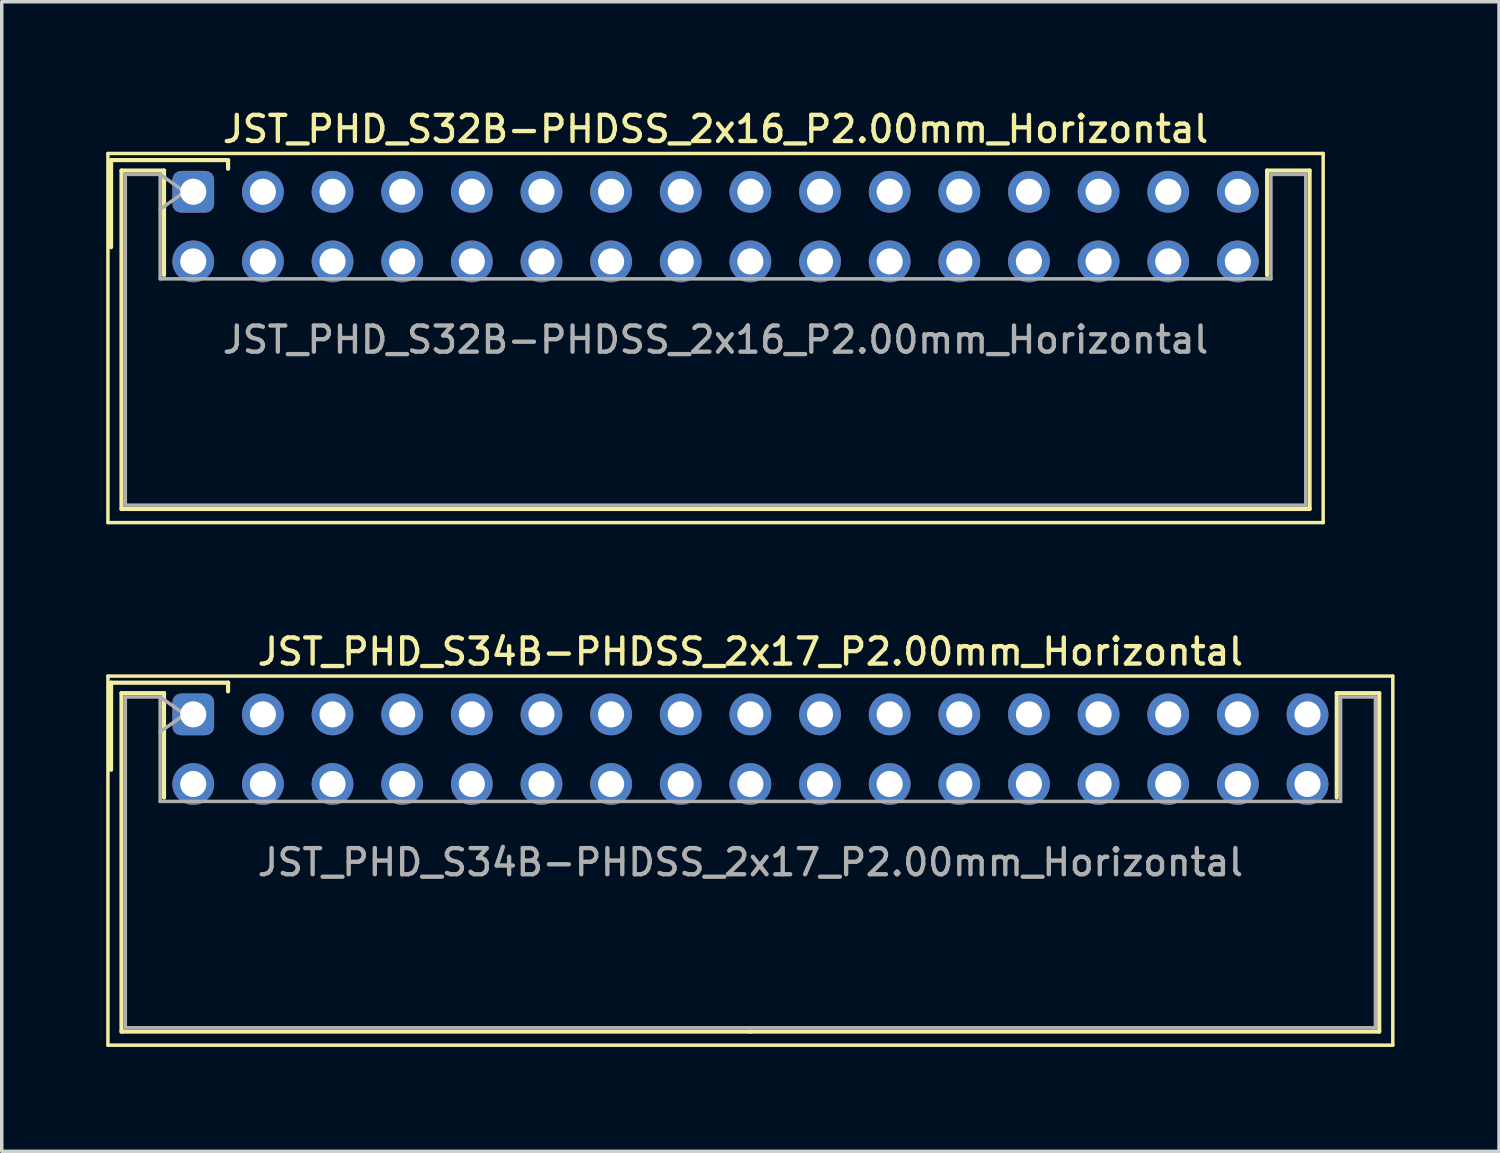
<source format=kicad_pcb>
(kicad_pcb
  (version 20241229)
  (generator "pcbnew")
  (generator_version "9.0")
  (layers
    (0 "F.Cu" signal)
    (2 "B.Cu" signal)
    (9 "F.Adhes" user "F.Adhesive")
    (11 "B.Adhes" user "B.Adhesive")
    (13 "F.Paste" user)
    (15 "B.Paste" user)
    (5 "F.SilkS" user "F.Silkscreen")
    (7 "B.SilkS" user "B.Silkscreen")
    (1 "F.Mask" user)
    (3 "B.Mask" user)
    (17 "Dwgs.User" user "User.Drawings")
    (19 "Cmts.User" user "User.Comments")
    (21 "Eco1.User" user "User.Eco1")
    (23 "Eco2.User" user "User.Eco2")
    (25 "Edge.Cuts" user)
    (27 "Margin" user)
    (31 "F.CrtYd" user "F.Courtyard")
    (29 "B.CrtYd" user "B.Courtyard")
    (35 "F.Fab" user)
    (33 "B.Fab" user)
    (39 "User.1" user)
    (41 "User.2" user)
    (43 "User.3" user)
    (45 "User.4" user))
  (footprint "JST_PHD_S32B-PHDSS_2x16_P2.00mm_Horizontal"
    (layer "F.Cu")
    (at 2.5 2.458)
    (property "Reference" "JST_PHD_S32B-PHDSS_2x16_P2.00mm_Horizontal" (at 15 -1.8 0) (layer "F.SilkS") (effects (font (size 0.75 0.75) (thickness 0.125))))
    (attr through_hole)
    (fp_line (start -2.45 -1.1) (end -2.45 9.5) (stroke (width 0.1) (type solid)) (layer "F.SilkS"))
    (fp_line (start -2.45 9.5) (end 32.45 9.5) (stroke (width 0.1) (type solid)) (layer "F.SilkS"))
    (fp_line (start -2.36 -0.91) (end -2.36 1.59) (stroke (width 0.12) (type solid)) (layer "F.SilkS"))
    (fp_line (start -2.06 -0.61) (end -2.06 9.11) (stroke (width 0.12) (type solid)) (layer "F.SilkS"))
    (fp_line (start -2.06 9.11) (end 15 9.11) (stroke (width 0.12) (type solid)) (layer "F.SilkS"))
    (fp_line (start -0.84 -0.61) (end -2.06 -0.61) (stroke (width 0.12) (type solid)) (layer "F.SilkS"))
    (fp_line (start -0.84 2.39) (end -0.84 -0.61) (stroke (width 0.12) (type solid)) (layer "F.SilkS"))
    (fp_line (start 1 -0.91) (end -2.36 -0.91) (stroke (width 0.12) (type solid)) (layer "F.SilkS"))
    (fp_line (start 1 -0.66) (end 1 -0.91) (stroke (width 0.12) (type solid)) (layer "F.SilkS"))
    (fp_line (start 30.84 -0.61) (end 32.06 -0.61) (stroke (width 0.12) (type solid)) (layer "F.SilkS"))
    (fp_line (start 30.84 2.39) (end 30.84 -0.61) (stroke (width 0.12) (type solid)) (layer "F.SilkS"))
    (fp_line (start 32.06 -0.61) (end 32.06 9.11) (stroke (width 0.12) (type solid)) (layer "F.SilkS"))
    (fp_line (start 32.06 9.11) (end 15 9.11) (stroke (width 0.12) (type solid)) (layer "F.SilkS"))
    (fp_line (start 32.45 -1.1) (end -2.45 -1.1) (stroke (width 0.1) (type solid)) (layer "F.SilkS"))
    (fp_line (start 32.45 9.5) (end 32.45 -1.1) (stroke (width 0.1) (type solid)) (layer "F.SilkS"))
    (fp_line (start -1.95 -0.5) (end -0.95 -0.5) (stroke (width 0.1) (type solid)) (layer "F.Fab"))
    (fp_line (start -1.95 9) (end -1.95 -0.5) (stroke (width 0.1) (type solid)) (layer "F.Fab"))
    (fp_line (start -0.95 -0.5) (end -0.95 2.5) (stroke (width 0.1) (type solid)) (layer "F.Fab"))
    (fp_line (start -0.95 -0.5) (end -0.243 0) (stroke (width 0.1) (type solid)) (layer "F.Fab"))
    (fp_line (start -0.95 2.5) (end 30.95 2.5) (stroke (width 0.1) (type solid)) (layer "F.Fab"))
    (fp_line (start -0.243 0) (end -0.95 0.5) (stroke (width 0.1) (type solid)) (layer "F.Fab"))
    (fp_line (start 30.95 -0.5) (end 31.95 -0.5) (stroke (width 0.1) (type solid)) (layer "F.Fab"))
    (fp_line (start 30.95 2.5) (end 30.95 -0.5) (stroke (width 0.1) (type solid)) (layer "F.Fab"))
    (fp_line (start 31.95 -0.5) (end 31.95 9) (stroke (width 0.1) (type solid)) (layer "F.Fab"))
    (fp_line (start 31.95 9) (end -1.95 9) (stroke (width 0.1) (type solid)) (layer "F.Fab"))
    (fp_text user "${REFERENCE}" (at 15 4.25 0) (layer "F.Fab") (effects (font (size 0.75 0.75) (thickness 0.125))))
    (pad "1" thru_hole roundrect (at 0 0) (size 1.2 1.2) (drill 0.75) (layers "*.Cu" "*.Mask") (roundrect_rratio 0.208))
    (pad "2" thru_hole circle (at 0 2) (size 1.2 1.2) (drill 0.75) (layers "*.Cu" "*.Mask"))
    (pad "3" thru_hole circle (at 2 0) (size 1.2 1.2) (drill 0.75) (layers "*.Cu" "*.Mask"))
    (pad "4" thru_hole circle (at 2 2) (size 1.2 1.2) (drill 0.75) (layers "*.Cu" "*.Mask"))
    (pad "5" thru_hole circle (at 4 0) (size 1.2 1.2) (drill 0.75) (layers "*.Cu" "*.Mask"))
    (pad "6" thru_hole circle (at 4 2) (size 1.2 1.2) (drill 0.75) (layers "*.Cu" "*.Mask"))
    (pad "7" thru_hole circle (at 6 0) (size 1.2 1.2) (drill 0.75) (layers "*.Cu" "*.Mask"))
    (pad "8" thru_hole circle (at 6 2) (size 1.2 1.2) (drill 0.75) (layers "*.Cu" "*.Mask"))
    (pad "9" thru_hole circle (at 8 0) (size 1.2 1.2) (drill 0.75) (layers "*.Cu" "*.Mask"))
    (pad "10" thru_hole circle (at 8 2) (size 1.2 1.2) (drill 0.75) (layers "*.Cu" "*.Mask"))
    (pad "11" thru_hole circle (at 10 0) (size 1.2 1.2) (drill 0.75) (layers "*.Cu" "*.Mask"))
    (pad "12" thru_hole circle (at 10 2) (size 1.2 1.2) (drill 0.75) (layers "*.Cu" "*.Mask"))
    (pad "13" thru_hole circle (at 12 0) (size 1.2 1.2) (drill 0.75) (layers "*.Cu" "*.Mask"))
    (pad "14" thru_hole circle (at 12 2) (size 1.2 1.2) (drill 0.75) (layers "*.Cu" "*.Mask"))
    (pad "15" thru_hole circle (at 14 0) (size 1.2 1.2) (drill 0.75) (layers "*.Cu" "*.Mask"))
    (pad "16" thru_hole circle (at 14 2) (size 1.2 1.2) (drill 0.75) (layers "*.Cu" "*.Mask"))
    (pad "17" thru_hole circle (at 16 0) (size 1.2 1.2) (drill 0.75) (layers "*.Cu" "*.Mask"))
    (pad "18" thru_hole circle (at 16 2) (size 1.2 1.2) (drill 0.75) (layers "*.Cu" "*.Mask"))
    (pad "19" thru_hole circle (at 18 0) (size 1.2 1.2) (drill 0.75) (layers "*.Cu" "*.Mask"))
    (pad "20" thru_hole circle (at 18 2) (size 1.2 1.2) (drill 0.75) (layers "*.Cu" "*.Mask"))
    (pad "21" thru_hole circle (at 20 0) (size 1.2 1.2) (drill 0.75) (layers "*.Cu" "*.Mask"))
    (pad "22" thru_hole circle (at 20 2) (size 1.2 1.2) (drill 0.75) (layers "*.Cu" "*.Mask"))
    (pad "23" thru_hole circle (at 22 0) (size 1.2 1.2) (drill 0.75) (layers "*.Cu" "*.Mask"))
    (pad "24" thru_hole circle (at 22 2) (size 1.2 1.2) (drill 0.75) (layers "*.Cu" "*.Mask"))
    (pad "25" thru_hole circle (at 24 0) (size 1.2 1.2) (drill 0.75) (layers "*.Cu" "*.Mask"))
    (pad "26" thru_hole circle (at 24 2) (size 1.2 1.2) (drill 0.75) (layers "*.Cu" "*.Mask"))
    (pad "27" thru_hole circle (at 26 0) (size 1.2 1.2) (drill 0.75) (layers "*.Cu" "*.Mask"))
    (pad "28" thru_hole circle (at 26 2) (size 1.2 1.2) (drill 0.75) (layers "*.Cu" "*.Mask"))
    (pad "29" thru_hole circle (at 28 0) (size 1.2 1.2) (drill 0.75) (layers "*.Cu" "*.Mask"))
    (pad "30" thru_hole circle (at 28 2) (size 1.2 1.2) (drill 0.75) (layers "*.Cu" "*.Mask"))
    (pad "31" thru_hole circle (at 30 0) (size 1.2 1.2) (drill 0.75) (layers "*.Cu" "*.Mask"))
    (pad "32" thru_hole circle (at 30 2) (size 1.2 1.2) (drill 0.75) (layers "*.Cu" "*.Mask")))
  (footprint "JST_PHD_S34B-PHDSS_2x17_P2.00mm_Horizontal"
    (layer "F.Cu")
    (at 2.5 17.466)
    (property "Reference" "JST_PHD_S34B-PHDSS_2x17_P2.00mm_Horizontal" (at 16 -1.8 0) (layer "F.SilkS") (effects (font (size 0.75 0.75) (thickness 0.125))))
    (attr through_hole)
    (fp_line (start -2.45 -1.1) (end -2.45 9.5) (stroke (width 0.1) (type solid)) (layer "F.SilkS"))
    (fp_line (start -2.45 9.5) (end 34.45 9.5) (stroke (width 0.1) (type solid)) (layer "F.SilkS"))
    (fp_line (start -2.36 -0.91) (end -2.36 1.59) (stroke (width 0.12) (type solid)) (layer "F.SilkS"))
    (fp_line (start -2.06 -0.61) (end -2.06 9.11) (stroke (width 0.12) (type solid)) (layer "F.SilkS"))
    (fp_line (start -2.06 9.11) (end 16 9.11) (stroke (width 0.12) (type solid)) (layer "F.SilkS"))
    (fp_line (start -0.84 -0.61) (end -2.06 -0.61) (stroke (width 0.12) (type solid)) (layer "F.SilkS"))
    (fp_line (start -0.84 2.39) (end -0.84 -0.61) (stroke (width 0.12) (type solid)) (layer "F.SilkS"))
    (fp_line (start 1 -0.91) (end -2.36 -0.91) (stroke (width 0.12) (type solid)) (layer "F.SilkS"))
    (fp_line (start 1 -0.66) (end 1 -0.91) (stroke (width 0.12) (type solid)) (layer "F.SilkS"))
    (fp_line (start 32.84 -0.61) (end 34.06 -0.61) (stroke (width 0.12) (type solid)) (layer "F.SilkS"))
    (fp_line (start 32.84 2.39) (end 32.84 -0.61) (stroke (width 0.12) (type solid)) (layer "F.SilkS"))
    (fp_line (start 34.06 -0.61) (end 34.06 9.11) (stroke (width 0.12) (type solid)) (layer "F.SilkS"))
    (fp_line (start 34.06 9.11) (end 16 9.11) (stroke (width 0.12) (type solid)) (layer "F.SilkS"))
    (fp_line (start 34.45 -1.1) (end -2.45 -1.1) (stroke (width 0.1) (type solid)) (layer "F.SilkS"))
    (fp_line (start 34.45 9.5) (end 34.45 -1.1) (stroke (width 0.1) (type solid)) (layer "F.SilkS"))
    (fp_line (start -1.95 -0.5) (end -0.95 -0.5) (stroke (width 0.1) (type solid)) (layer "F.Fab"))
    (fp_line (start -1.95 9) (end -1.95 -0.5) (stroke (width 0.1) (type solid)) (layer "F.Fab"))
    (fp_line (start -0.95 -0.5) (end -0.95 2.5) (stroke (width 0.1) (type solid)) (layer "F.Fab"))
    (fp_line (start -0.95 -0.5) (end -0.243 0) (stroke (width 0.1) (type solid)) (layer "F.Fab"))
    (fp_line (start -0.95 2.5) (end 32.95 2.5) (stroke (width 0.1) (type solid)) (layer "F.Fab"))
    (fp_line (start -0.243 0) (end -0.95 0.5) (stroke (width 0.1) (type solid)) (layer "F.Fab"))
    (fp_line (start 32.95 -0.5) (end 33.95 -0.5) (stroke (width 0.1) (type solid)) (layer "F.Fab"))
    (fp_line (start 32.95 2.5) (end 32.95 -0.5) (stroke (width 0.1) (type solid)) (layer "F.Fab"))
    (fp_line (start 33.95 -0.5) (end 33.95 9) (stroke (width 0.1) (type solid)) (layer "F.Fab"))
    (fp_line (start 33.95 9) (end -1.95 9) (stroke (width 0.1) (type solid)) (layer "F.Fab"))
    (fp_text user "${REFERENCE}" (at 16 4.25 0) (layer "F.Fab") (effects (font (size 0.75 0.75) (thickness 0.125))))
    (pad "1" thru_hole roundrect (at 0 0) (size 1.2 1.2) (drill 0.75) (layers "*.Cu" "*.Mask") (roundrect_rratio 0.208))
    (pad "2" thru_hole circle (at 0 2) (size 1.2 1.2) (drill 0.75) (layers "*.Cu" "*.Mask"))
    (pad "3" thru_hole circle (at 2 0) (size 1.2 1.2) (drill 0.75) (layers "*.Cu" "*.Mask"))
    (pad "4" thru_hole circle (at 2 2) (size 1.2 1.2) (drill 0.75) (layers "*.Cu" "*.Mask"))
    (pad "5" thru_hole circle (at 4 0) (size 1.2 1.2) (drill 0.75) (layers "*.Cu" "*.Mask"))
    (pad "6" thru_hole circle (at 4 2) (size 1.2 1.2) (drill 0.75) (layers "*.Cu" "*.Mask"))
    (pad "7" thru_hole circle (at 6 0) (size 1.2 1.2) (drill 0.75) (layers "*.Cu" "*.Mask"))
    (pad "8" thru_hole circle (at 6 2) (size 1.2 1.2) (drill 0.75) (layers "*.Cu" "*.Mask"))
    (pad "9" thru_hole circle (at 8 0) (size 1.2 1.2) (drill 0.75) (layers "*.Cu" "*.Mask"))
    (pad "10" thru_hole circle (at 8 2) (size 1.2 1.2) (drill 0.75) (layers "*.Cu" "*.Mask"))
    (pad "11" thru_hole circle (at 10 0) (size 1.2 1.2) (drill 0.75) (layers "*.Cu" "*.Mask"))
    (pad "12" thru_hole circle (at 10 2) (size 1.2 1.2) (drill 0.75) (layers "*.Cu" "*.Mask"))
    (pad "13" thru_hole circle (at 12 0) (size 1.2 1.2) (drill 0.75) (layers "*.Cu" "*.Mask"))
    (pad "14" thru_hole circle (at 12 2) (size 1.2 1.2) (drill 0.75) (layers "*.Cu" "*.Mask"))
    (pad "15" thru_hole circle (at 14 0) (size 1.2 1.2) (drill 0.75) (layers "*.Cu" "*.Mask"))
    (pad "16" thru_hole circle (at 14 2) (size 1.2 1.2) (drill 0.75) (layers "*.Cu" "*.Mask"))
    (pad "17" thru_hole circle (at 16 0) (size 1.2 1.2) (drill 0.75) (layers "*.Cu" "*.Mask"))
    (pad "18" thru_hole circle (at 16 2) (size 1.2 1.2) (drill 0.75) (layers "*.Cu" "*.Mask"))
    (pad "19" thru_hole circle (at 18 0) (size 1.2 1.2) (drill 0.75) (layers "*.Cu" "*.Mask"))
    (pad "20" thru_hole circle (at 18 2) (size 1.2 1.2) (drill 0.75) (layers "*.Cu" "*.Mask"))
    (pad "21" thru_hole circle (at 20 0) (size 1.2 1.2) (drill 0.75) (layers "*.Cu" "*.Mask"))
    (pad "22" thru_hole circle (at 20 2) (size 1.2 1.2) (drill 0.75) (layers "*.Cu" "*.Mask"))
    (pad "23" thru_hole circle (at 22 0) (size 1.2 1.2) (drill 0.75) (layers "*.Cu" "*.Mask"))
    (pad "24" thru_hole circle (at 22 2) (size 1.2 1.2) (drill 0.75) (layers "*.Cu" "*.Mask"))
    (pad "25" thru_hole circle (at 24 0) (size 1.2 1.2) (drill 0.75) (layers "*.Cu" "*.Mask"))
    (pad "26" thru_hole circle (at 24 2) (size 1.2 1.2) (drill 0.75) (layers "*.Cu" "*.Mask"))
    (pad "27" thru_hole circle (at 26 0) (size 1.2 1.2) (drill 0.75) (layers "*.Cu" "*.Mask"))
    (pad "28" thru_hole circle (at 26 2) (size 1.2 1.2) (drill 0.75) (layers "*.Cu" "*.Mask"))
    (pad "29" thru_hole circle (at 28 0) (size 1.2 1.2) (drill 0.75) (layers "*.Cu" "*.Mask"))
    (pad "30" thru_hole circle (at 28 2) (size 1.2 1.2) (drill 0.75) (layers "*.Cu" "*.Mask"))
    (pad "31" thru_hole circle (at 30 0) (size 1.2 1.2) (drill 0.75) (layers "*.Cu" "*.Mask"))
    (pad "32" thru_hole circle (at 30 2) (size 1.2 1.2) (drill 0.75) (layers "*.Cu" "*.Mask"))
    (pad "33" thru_hole circle (at 32 0) (size 1.2 1.2) (drill 0.75) (layers "*.Cu" "*.Mask"))
    (pad "34" thru_hole circle (at 32 2) (size 1.2 1.2) (drill 0.75) (layers "*.Cu" "*.Mask")))
  (gr_rect
    (start -3 -3)
    (end 40 30.016)
    (stroke (width 0.1) (type default))
    (fill no)
    (layer "Edge.Cuts")))
</source>
